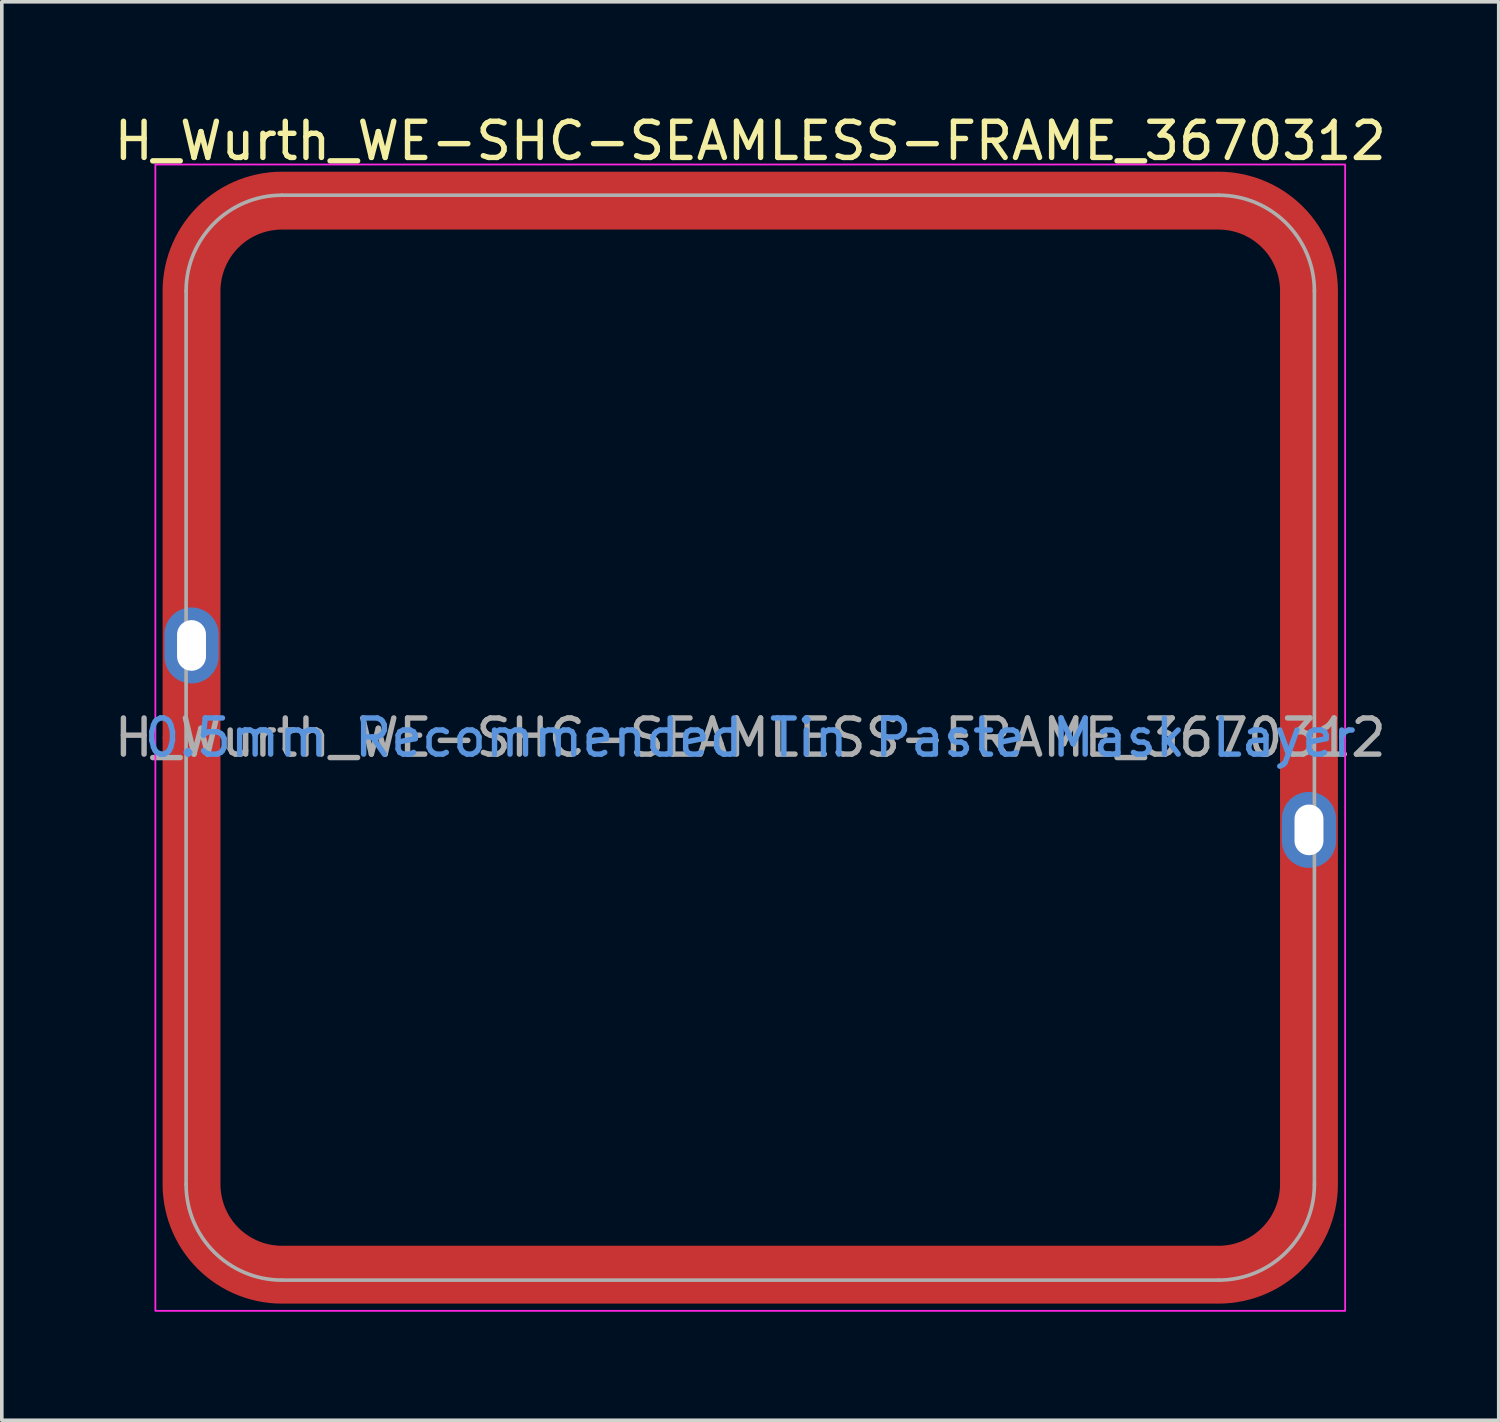
<source format=kicad_pcb>
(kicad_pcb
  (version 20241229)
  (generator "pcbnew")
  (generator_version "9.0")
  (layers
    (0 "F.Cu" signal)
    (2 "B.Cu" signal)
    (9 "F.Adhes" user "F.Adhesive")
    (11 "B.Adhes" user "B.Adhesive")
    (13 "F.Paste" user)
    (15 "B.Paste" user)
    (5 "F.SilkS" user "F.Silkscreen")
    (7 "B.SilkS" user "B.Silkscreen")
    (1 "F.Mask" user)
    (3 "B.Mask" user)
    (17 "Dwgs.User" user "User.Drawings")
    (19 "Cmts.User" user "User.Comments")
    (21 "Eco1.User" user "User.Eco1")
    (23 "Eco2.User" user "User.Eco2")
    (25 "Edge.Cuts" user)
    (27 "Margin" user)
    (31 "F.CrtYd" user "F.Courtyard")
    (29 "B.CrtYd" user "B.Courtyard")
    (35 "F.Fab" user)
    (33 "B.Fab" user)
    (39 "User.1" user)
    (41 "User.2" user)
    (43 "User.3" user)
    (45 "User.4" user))
  (footprint "H_Wurth_WE-SHC-SEAMLESS-FRAME_3670312"
    (layer "F.Cu")
    (at 17.696 17.348)
    (property "Reference" "H_Wurth_WE-SHC-SEAMLESS-FRAME_3670312" (at 0 -16.5 0) (unlocked yes) (layer "F.SilkS") (effects (font (size 1 1) (thickness 0.15))))
    (attr smd)
    (fp_poly (pts (xy -14.7 0.004) (xy -16.2 0.004) (xy -16.2 -12.35) (xy -16.196 -12.52) (xy -16.182 -12.69) (xy -16.16 -12.858) (xy -16.129 -13.026) (xy -16.089 -13.191) (xy -16.041 -13.354) (xy -15.984 -13.515) (xy -15.919 -13.672) (xy -15.846 -13.825) (xy -15.765 -13.975) (xy -15.676 -14.12) (xy -15.579 -14.26) (xy -15.476 -14.395) (xy -15.365 -14.525) (xy -15.248 -14.648) (xy -15.125 -14.765) (xy -14.995 -14.876) (xy -14.86 -14.979) (xy -14.72 -15.076) (xy -14.575 -15.165) (xy -14.425 -15.246) (xy -14.272 -15.319) (xy -14.115 -15.384) (xy -13.954 -15.441) (xy -13.791 -15.489) (xy -13.626 -15.529) (xy -13.458 -15.56) (xy -13.29 -15.582) (xy -13.12 -15.596) (xy -12.95 -15.6) (xy 12.95 -15.6) (xy 13.12 -15.596) (xy 13.29 -15.582) (xy 13.458 -15.56) (xy 13.626 -15.529) (xy 13.791 -15.489) (xy 13.954 -15.441) (xy 14.115 -15.384) (xy 14.272 -15.319) (xy 14.425 -15.246) (xy 14.575 -15.165) (xy 14.72 -15.076) (xy 14.86 -14.979) (xy 14.995 -14.876) (xy 15.125 -14.765) (xy 15.248 -14.648) (xy 15.365 -14.525) (xy 15.476 -14.395) (xy 15.579 -14.26) (xy 15.676 -14.12) (xy 15.765 -13.975) (xy 15.846 -13.825) (xy 15.919 -13.672) (xy 15.984 -13.515) (xy 16.041 -13.354) (xy 16.089 -13.191) (xy 16.129 -13.026) (xy 16.16 -12.858) (xy 16.182 -12.69) (xy 16.196 -12.52) (xy 16.2 -12.35) (xy 16.2 0.004) (xy 14.7 0.004) (xy 14.7 -12.35) (xy 14.698 -12.442) (xy 14.69 -12.533) (xy 14.678 -12.624) (xy 14.662 -12.714) (xy 14.64 -12.803) (xy 14.614 -12.891) (xy 14.584 -12.977) (xy 14.549 -13.062) (xy 14.509 -13.144) (xy 14.466 -13.225) (xy 14.418 -13.303) (xy 14.366 -13.379) (xy 14.31 -13.451) (xy 14.251 -13.521) (xy 14.187 -13.587) (xy 14.121 -13.651) (xy 14.051 -13.71) (xy 13.979 -13.766) (xy 13.903 -13.818) (xy 13.825 -13.866) (xy 13.744 -13.909) (xy 13.662 -13.949) (xy 13.577 -13.984) (xy 13.491 -14.014) (xy 13.403 -14.04) (xy 13.314 -14.062) (xy 13.224 -14.078) (xy 13.133 -14.09) (xy 13.042 -14.098) (xy 12.95 -14.1) (xy -12.95 -14.1) (xy -13.042 -14.098) (xy -13.133 -14.09) (xy -13.224 -14.078) (xy -13.314 -14.062) (xy -13.403 -14.04) (xy -13.491 -14.014) (xy -13.577 -13.984) (xy -13.662 -13.949) (xy -13.744 -13.909) (xy -13.825 -13.866) (xy -13.903 -13.818) (xy -13.979 -13.766) (xy -14.051 -13.71) (xy -14.121 -13.651) (xy -14.187 -13.587) (xy -14.251 -13.521) (xy -14.31 -13.451) (xy -14.366 -13.379) (xy -14.418 -13.303) (xy -14.466 -13.225) (xy -14.509 -13.144) (xy -14.549 -13.062) (xy -14.584 -12.977) (xy -14.614 -12.891) (xy -14.64 -12.803) (xy -14.662 -12.714) (xy -14.678 -12.624) (xy -14.69 -12.533) (xy -14.698 -12.442) (xy -14.7 -12.35) (xy -14.7 -0.25)) (stroke (width 0.1) (type solid)) (fill yes) (layer "F.Cu"))
    (fp_poly (pts (xy 14.7 -0.004) (xy 16.2 -0.004) (xy 16.2 12.35) (xy 16.196 12.52) (xy 16.182 12.69) (xy 16.16 12.858) (xy 16.129 13.026) (xy 16.089 13.191) (xy 16.041 13.354) (xy 15.984 13.515) (xy 15.919 13.672) (xy 15.846 13.825) (xy 15.765 13.975) (xy 15.676 14.12) (xy 15.579 14.26) (xy 15.476 14.395) (xy 15.365 14.525) (xy 15.248 14.648) (xy 15.125 14.765) (xy 14.995 14.876) (xy 14.86 14.979) (xy 14.72 15.076) (xy 14.575 15.165) (xy 14.425 15.246) (xy 14.272 15.319) (xy 14.115 15.384) (xy 13.954 15.441) (xy 13.791 15.489) (xy 13.626 15.529) (xy 13.458 15.56) (xy 13.29 15.582) (xy 13.12 15.596) (xy 12.95 15.6) (xy -12.95 15.6) (xy -13.12 15.596) (xy -13.29 15.582) (xy -13.458 15.56) (xy -13.626 15.529) (xy -13.791 15.489) (xy -13.954 15.441) (xy -14.115 15.384) (xy -14.272 15.319) (xy -14.425 15.246) (xy -14.575 15.165) (xy -14.72 15.076) (xy -14.86 14.979) (xy -14.995 14.876) (xy -15.125 14.765) (xy -15.248 14.648) (xy -15.365 14.525) (xy -15.476 14.395) (xy -15.579 14.26) (xy -15.676 14.12) (xy -15.765 13.975) (xy -15.846 13.825) (xy -15.919 13.672) (xy -15.984 13.515) (xy -16.041 13.354) (xy -16.089 13.191) (xy -16.129 13.026) (xy -16.16 12.858) (xy -16.182 12.69) (xy -16.196 12.52) (xy -16.2 12.35) (xy -16.2 -0.004) (xy -14.7 -0.004) (xy -14.7 12.35) (xy -14.698 12.442) (xy -14.69 12.533) (xy -14.678 12.624) (xy -14.662 12.714) (xy -14.64 12.803) (xy -14.614 12.891) (xy -14.584 12.977) (xy -14.549 13.062) (xy -14.509 13.144) (xy -14.466 13.225) (xy -14.418 13.303) (xy -14.366 13.379) (xy -14.31 13.451) (xy -14.251 13.521) (xy -14.187 13.587) (xy -14.121 13.651) (xy -14.051 13.71) (xy -13.979 13.766) (xy -13.903 13.818) (xy -13.825 13.866) (xy -13.744 13.909) (xy -13.662 13.949) (xy -13.577 13.984) (xy -13.491 14.014) (xy -13.403 14.04) (xy -13.314 14.062) (xy -13.224 14.078) (xy -13.133 14.09) (xy -13.042 14.098) (xy -12.95 14.1) (xy 12.95 14.1) (xy 13.042 14.098) (xy 13.133 14.09) (xy 13.224 14.078) (xy 13.314 14.062) (xy 13.403 14.04) (xy 13.491 14.014) (xy 13.577 13.984) (xy 13.662 13.949) (xy 13.744 13.909) (xy 13.825 13.866) (xy 13.903 13.818) (xy 13.979 13.766) (xy 14.051 13.71) (xy 14.121 13.651) (xy 14.187 13.587) (xy 14.251 13.521) (xy 14.31 13.451) (xy 14.366 13.379) (xy 14.418 13.303) (xy 14.466 13.225) (xy 14.509 13.144) (xy 14.549 13.062) (xy 14.584 12.977) (xy 14.614 12.891) (xy 14.64 12.803) (xy 14.662 12.714) (xy 14.678 12.624) (xy 14.69 12.533) (xy 14.698 12.442) (xy 14.7 12.35) (xy 14.7 0.25)) (stroke (width 0.1) (type solid)) (fill yes) (layer "F.Cu"))
    (fp_poly (pts (xy -14.7 0.004) (xy -16.2 0.004) (xy -16.2 -12.35) (xy -16.196 -12.52) (xy -16.182 -12.69) (xy -16.16 -12.858) (xy -16.129 -13.026) (xy -16.089 -13.191) (xy -16.041 -13.354) (xy -15.984 -13.515) (xy -15.919 -13.672) (xy -15.846 -13.825) (xy -15.765 -13.975) (xy -15.676 -14.12) (xy -15.579 -14.26) (xy -15.476 -14.395) (xy -15.365 -14.525) (xy -15.248 -14.648) (xy -15.125 -14.765) (xy -14.995 -14.876) (xy -14.86 -14.979) (xy -14.72 -15.076) (xy -14.575 -15.165) (xy -14.425 -15.246) (xy -14.272 -15.319) (xy -14.115 -15.384) (xy -13.954 -15.441) (xy -13.791 -15.489) (xy -13.626 -15.529) (xy -13.458 -15.56) (xy -13.29 -15.582) (xy -13.12 -15.596) (xy -12.95 -15.6) (xy 12.95 -15.6) (xy 13.12 -15.596) (xy 13.29 -15.582) (xy 13.458 -15.56) (xy 13.626 -15.529) (xy 13.791 -15.489) (xy 13.954 -15.441) (xy 14.115 -15.384) (xy 14.272 -15.319) (xy 14.425 -15.246) (xy 14.575 -15.165) (xy 14.72 -15.076) (xy 14.86 -14.979) (xy 14.995 -14.876) (xy 15.125 -14.765) (xy 15.248 -14.648) (xy 15.365 -14.525) (xy 15.476 -14.395) (xy 15.579 -14.26) (xy 15.676 -14.12) (xy 15.765 -13.975) (xy 15.846 -13.825) (xy 15.919 -13.672) (xy 15.984 -13.515) (xy 16.041 -13.354) (xy 16.089 -13.191) (xy 16.129 -13.026) (xy 16.16 -12.858) (xy 16.182 -12.69) (xy 16.196 -12.52) (xy 16.2 -12.35) (xy 16.2 0.004) (xy 14.7 0.004) (xy 14.7 -12.35) (xy 14.698 -12.442) (xy 14.69 -12.533) (xy 14.678 -12.624) (xy 14.662 -12.714) (xy 14.64 -12.803) (xy 14.614 -12.891) (xy 14.584 -12.977) (xy 14.549 -13.062) (xy 14.509 -13.144) (xy 14.466 -13.225) (xy 14.418 -13.303) (xy 14.366 -13.379) (xy 14.31 -13.451) (xy 14.251 -13.521) (xy 14.187 -13.587) (xy 14.121 -13.651) (xy 14.051 -13.71) (xy 13.979 -13.766) (xy 13.903 -13.818) (xy 13.825 -13.866) (xy 13.744 -13.909) (xy 13.662 -13.949) (xy 13.577 -13.984) (xy 13.491 -14.014) (xy 13.403 -14.04) (xy 13.314 -14.062) (xy 13.224 -14.078) (xy 13.133 -14.09) (xy 13.042 -14.098) (xy 12.95 -14.1) (xy -12.95 -14.1) (xy -13.042 -14.098) (xy -13.133 -14.09) (xy -13.224 -14.078) (xy -13.314 -14.062) (xy -13.403 -14.04) (xy -13.491 -14.014) (xy -13.577 -13.984) (xy -13.662 -13.949) (xy -13.744 -13.909) (xy -13.825 -13.866) (xy -13.903 -13.818) (xy -13.979 -13.766) (xy -14.051 -13.71) (xy -14.121 -13.651) (xy -14.187 -13.587) (xy -14.251 -13.521) (xy -14.31 -13.451) (xy -14.366 -13.379) (xy -14.418 -13.303) (xy -14.466 -13.225) (xy -14.509 -13.144) (xy -14.549 -13.062) (xy -14.584 -12.977) (xy -14.614 -12.891) (xy -14.64 -12.803) (xy -14.662 -12.714) (xy -14.678 -12.624) (xy -14.69 -12.533) (xy -14.698 -12.442) (xy -14.7 -12.35) (xy -14.7 -0.25)) (stroke (width 0.1) (type solid)) (fill yes) (layer "F.Mask"))
    (fp_poly (pts (xy 14.7 -0.004) (xy 16.2 -0.004) (xy 16.2 12.35) (xy 16.196 12.52) (xy 16.182 12.69) (xy 16.16 12.858) (xy 16.129 13.026) (xy 16.089 13.191) (xy 16.041 13.354) (xy 15.984 13.515) (xy 15.919 13.672) (xy 15.846 13.825) (xy 15.765 13.975) (xy 15.676 14.12) (xy 15.579 14.26) (xy 15.476 14.395) (xy 15.365 14.525) (xy 15.248 14.648) (xy 15.125 14.765) (xy 14.995 14.876) (xy 14.86 14.979) (xy 14.72 15.076) (xy 14.575 15.165) (xy 14.425 15.246) (xy 14.272 15.319) (xy 14.115 15.384) (xy 13.954 15.441) (xy 13.791 15.489) (xy 13.626 15.529) (xy 13.458 15.56) (xy 13.29 15.582) (xy 13.12 15.596) (xy 12.95 15.6) (xy -12.95 15.6) (xy -13.12 15.596) (xy -13.29 15.582) (xy -13.458 15.56) (xy -13.626 15.529) (xy -13.791 15.489) (xy -13.954 15.441) (xy -14.115 15.384) (xy -14.272 15.319) (xy -14.425 15.246) (xy -14.575 15.165) (xy -14.72 15.076) (xy -14.86 14.979) (xy -14.995 14.876) (xy -15.125 14.765) (xy -15.248 14.648) (xy -15.365 14.525) (xy -15.476 14.395) (xy -15.579 14.26) (xy -15.676 14.12) (xy -15.765 13.975) (xy -15.846 13.825) (xy -15.919 13.672) (xy -15.984 13.515) (xy -16.041 13.354) (xy -16.089 13.191) (xy -16.129 13.026) (xy -16.16 12.858) (xy -16.182 12.69) (xy -16.196 12.52) (xy -16.2 12.35) (xy -16.2 -0.004) (xy -14.7 -0.004) (xy -14.7 12.35) (xy -14.698 12.442) (xy -14.69 12.533) (xy -14.678 12.624) (xy -14.662 12.714) (xy -14.64 12.803) (xy -14.614 12.891) (xy -14.584 12.977) (xy -14.549 13.062) (xy -14.509 13.144) (xy -14.466 13.225) (xy -14.418 13.303) (xy -14.366 13.379) (xy -14.31 13.451) (xy -14.251 13.521) (xy -14.187 13.587) (xy -14.121 13.651) (xy -14.051 13.71) (xy -13.979 13.766) (xy -13.903 13.818) (xy -13.825 13.866) (xy -13.744 13.909) (xy -13.662 13.949) (xy -13.577 13.984) (xy -13.491 14.014) (xy -13.403 14.04) (xy -13.314 14.062) (xy -13.224 14.078) (xy -13.133 14.09) (xy -13.042 14.098) (xy -12.95 14.1) (xy 12.95 14.1) (xy 13.042 14.098) (xy 13.133 14.09) (xy 13.224 14.078) (xy 13.314 14.062) (xy 13.403 14.04) (xy 13.491 14.014) (xy 13.577 13.984) (xy 13.662 13.949) (xy 13.744 13.909) (xy 13.825 13.866) (xy 13.903 13.818) (xy 13.979 13.766) (xy 14.051 13.71) (xy 14.121 13.651) (xy 14.187 13.587) (xy 14.251 13.521) (xy 14.31 13.451) (xy 14.366 13.379) (xy 14.418 13.303) (xy 14.466 13.225) (xy 14.509 13.144) (xy 14.549 13.062) (xy 14.584 12.977) (xy 14.614 12.891) (xy 14.64 12.803) (xy 14.662 12.714) (xy 14.678 12.624) (xy 14.69 12.533) (xy 14.698 12.442) (xy 14.7 12.35) (xy 14.7 0.25)) (stroke (width 0.1) (type solid)) (fill yes) (layer "F.Mask"))
    (fp_poly (pts (xy -14.7 0.004) (xy -16.2 0.004) (xy -16.2 -12.35) (xy -16.196 -12.52) (xy -16.182 -12.69) (xy -16.16 -12.858) (xy -16.129 -13.026) (xy -16.089 -13.191) (xy -16.041 -13.354) (xy -15.984 -13.515) (xy -15.919 -13.672) (xy -15.846 -13.825) (xy -15.765 -13.975) (xy -15.676 -14.12) (xy -15.579 -14.26) (xy -15.476 -14.395) (xy -15.365 -14.525) (xy -15.248 -14.648) (xy -15.125 -14.765) (xy -14.995 -14.876) (xy -14.86 -14.979) (xy -14.72 -15.076) (xy -14.575 -15.165) (xy -14.425 -15.246) (xy -14.272 -15.319) (xy -14.115 -15.384) (xy -13.954 -15.441) (xy -13.791 -15.489) (xy -13.626 -15.529) (xy -13.458 -15.56) (xy -13.29 -15.582) (xy -13.12 -15.596) (xy -12.95 -15.6) (xy 12.95 -15.6) (xy 13.12 -15.596) (xy 13.29 -15.582) (xy 13.458 -15.56) (xy 13.626 -15.529) (xy 13.791 -15.489) (xy 13.954 -15.441) (xy 14.115 -15.384) (xy 14.272 -15.319) (xy 14.425 -15.246) (xy 14.575 -15.165) (xy 14.72 -15.076) (xy 14.86 -14.979) (xy 14.995 -14.876) (xy 15.125 -14.765) (xy 15.248 -14.648) (xy 15.365 -14.525) (xy 15.476 -14.395) (xy 15.579 -14.26) (xy 15.676 -14.12) (xy 15.765 -13.975) (xy 15.846 -13.825) (xy 15.919 -13.672) (xy 15.984 -13.515) (xy 16.041 -13.354) (xy 16.089 -13.191) (xy 16.129 -13.026) (xy 16.16 -12.858) (xy 16.182 -12.69) (xy 16.196 -12.52) (xy 16.2 -12.35) (xy 16.2 0.004) (xy 14.7 0.004) (xy 14.7 -12.35) (xy 14.698 -12.442) (xy 14.69 -12.533) (xy 14.678 -12.624) (xy 14.662 -12.714) (xy 14.64 -12.803) (xy 14.614 -12.891) (xy 14.584 -12.977) (xy 14.549 -13.062) (xy 14.509 -13.144) (xy 14.466 -13.225) (xy 14.418 -13.303) (xy 14.366 -13.379) (xy 14.31 -13.451) (xy 14.251 -13.521) (xy 14.187 -13.587) (xy 14.121 -13.651) (xy 14.051 -13.71) (xy 13.979 -13.766) (xy 13.903 -13.818) (xy 13.825 -13.866) (xy 13.744 -13.909) (xy 13.662 -13.949) (xy 13.577 -13.984) (xy 13.491 -14.014) (xy 13.403 -14.04) (xy 13.314 -14.062) (xy 13.224 -14.078) (xy 13.133 -14.09) (xy 13.042 -14.098) (xy 12.95 -14.1) (xy -12.95 -14.1) (xy -13.042 -14.098) (xy -13.133 -14.09) (xy -13.224 -14.078) (xy -13.314 -14.062) (xy -13.403 -14.04) (xy -13.491 -14.014) (xy -13.577 -13.984) (xy -13.662 -13.949) (xy -13.744 -13.909) (xy -13.825 -13.866) (xy -13.903 -13.818) (xy -13.979 -13.766) (xy -14.051 -13.71) (xy -14.121 -13.651) (xy -14.187 -13.587) (xy -14.251 -13.521) (xy -14.31 -13.451) (xy -14.366 -13.379) (xy -14.418 -13.303) (xy -14.466 -13.225) (xy -14.509 -13.144) (xy -14.549 -13.062) (xy -14.584 -12.977) (xy -14.614 -12.891) (xy -14.64 -12.803) (xy -14.662 -12.714) (xy -14.678 -12.624) (xy -14.69 -12.533) (xy -14.698 -12.442) (xy -14.7 -12.35) (xy -14.7 -0.25)) (stroke (width 0.1) (type solid)) (fill yes) (layer "F.Paste"))
    (fp_poly (pts (xy 14.7 -0.004) (xy 16.2 -0.004) (xy 16.2 12.35) (xy 16.196 12.52) (xy 16.182 12.69) (xy 16.16 12.858) (xy 16.129 13.026) (xy 16.089 13.191) (xy 16.041 13.354) (xy 15.984 13.515) (xy 15.919 13.672) (xy 15.846 13.825) (xy 15.765 13.975) (xy 15.676 14.12) (xy 15.579 14.26) (xy 15.476 14.395) (xy 15.365 14.525) (xy 15.248 14.648) (xy 15.125 14.765) (xy 14.995 14.876) (xy 14.86 14.979) (xy 14.72 15.076) (xy 14.575 15.165) (xy 14.425 15.246) (xy 14.272 15.319) (xy 14.115 15.384) (xy 13.954 15.441) (xy 13.791 15.489) (xy 13.626 15.529) (xy 13.458 15.56) (xy 13.29 15.582) (xy 13.12 15.596) (xy 12.95 15.6) (xy -12.95 15.6) (xy -13.12 15.596) (xy -13.29 15.582) (xy -13.458 15.56) (xy -13.626 15.529) (xy -13.791 15.489) (xy -13.954 15.441) (xy -14.115 15.384) (xy -14.272 15.319) (xy -14.425 15.246) (xy -14.575 15.165) (xy -14.72 15.076) (xy -14.86 14.979) (xy -14.995 14.876) (xy -15.125 14.765) (xy -15.248 14.648) (xy -15.365 14.525) (xy -15.476 14.395) (xy -15.579 14.26) (xy -15.676 14.12) (xy -15.765 13.975) (xy -15.846 13.825) (xy -15.919 13.672) (xy -15.984 13.515) (xy -16.041 13.354) (xy -16.089 13.191) (xy -16.129 13.026) (xy -16.16 12.858) (xy -16.182 12.69) (xy -16.196 12.52) (xy -16.2 12.35) (xy -16.2 -0.004) (xy -14.7 -0.004) (xy -14.7 12.35) (xy -14.698 12.442) (xy -14.69 12.533) (xy -14.678 12.624) (xy -14.662 12.714) (xy -14.64 12.803) (xy -14.614 12.891) (xy -14.584 12.977) (xy -14.549 13.062) (xy -14.509 13.144) (xy -14.466 13.225) (xy -14.418 13.303) (xy -14.366 13.379) (xy -14.31 13.451) (xy -14.251 13.521) (xy -14.187 13.587) (xy -14.121 13.651) (xy -14.051 13.71) (xy -13.979 13.766) (xy -13.903 13.818) (xy -13.825 13.866) (xy -13.744 13.909) (xy -13.662 13.949) (xy -13.577 13.984) (xy -13.491 14.014) (xy -13.403 14.04) (xy -13.314 14.062) (xy -13.224 14.078) (xy -13.133 14.09) (xy -13.042 14.098) (xy -12.95 14.1) (xy 12.95 14.1) (xy 13.042 14.098) (xy 13.133 14.09) (xy 13.224 14.078) (xy 13.314 14.062) (xy 13.403 14.04) (xy 13.491 14.014) (xy 13.577 13.984) (xy 13.662 13.949) (xy 13.744 13.909) (xy 13.825 13.866) (xy 13.903 13.818) (xy 13.979 13.766) (xy 14.051 13.71) (xy 14.121 13.651) (xy 14.187 13.587) (xy 14.251 13.521) (xy 14.31 13.451) (xy 14.366 13.379) (xy 14.418 13.303) (xy 14.466 13.225) (xy 14.509 13.144) (xy 14.549 13.062) (xy 14.584 12.977) (xy 14.614 12.891) (xy 14.64 12.803) (xy 14.662 12.714) (xy 14.678 12.624) (xy 14.69 12.533) (xy 14.698 12.442) (xy 14.7 12.35) (xy 14.7 0.25)) (stroke (width 0.1) (type solid)) (fill yes) (layer "F.Paste"))
    (fp_rect (start -16.45 -15.85) (end 16.45 15.85) (stroke (width 0.05) (type solid)) (fill no) (layer "F.CrtYd"))
    (fp_line (start -15.6 12.35) (end -15.6 -12.35) (stroke (width 0.1) (type solid)) (layer "F.Fab"))
    (fp_line (start -12.95 -15) (end 12.95 -15) (stroke (width 0.1) (type solid)) (layer "F.Fab"))
    (fp_line (start -12.95 15) (end 12.95 15) (stroke (width 0.1) (type solid)) (layer "F.Fab"))
    (fp_line (start 15.6 12.35) (end 15.6 -12.35) (stroke (width 0.1) (type solid)) (layer "F.Fab"))
    (fp_arc (start -15.6 -12.35) (mid -14.823834 -14.223833) (end -12.950001 -15) (stroke (width 0.1) (type default)) (layer "F.Fab"))
    (fp_arc (start -12.95 15) (mid -14.823833 14.223834) (end -15.6 12.350001) (stroke (width 0.1) (type default)) (layer "F.Fab"))
    (fp_arc (start 12.95 -15) (mid 14.823833 -14.223834) (end 15.6 -12.350001) (stroke (width 0.1) (type default)) (layer "F.Fab"))
    (fp_arc (start 15.6 12.35) (mid 14.823834 14.223833) (end 12.950001 15) (stroke (width 0.1) (type default)) (layer "F.Fab"))
    (fp_text user "0.5mm Recommended Tin Paste Mask Layer" (at 0 0 0) (unlocked yes) (layer "Cmts.User") (effects (font (size 1 1) (thickness 0.15))))
    (fp_text user "${REFERENCE}" (at 0 0 0) (unlocked yes) (layer "F.Fab") (effects (font (size 1 1) (thickness 0.15))))
    (pad "1" thru_hole oval (at -15.45 -2.55) (size 1.5 2.1) (drill oval 0.8 1.4) (layers "*.Cu" "*.Mask"))
    (pad "1" thru_hole oval (at 15.45 2.55) (size 1.5 2.1) (drill oval 0.8 1.4) (layers "*.Cu" "*.Mask")))
  (gr_rect
    (start -3 -3)
    (end 38.393 36.223)
    (stroke (width 0.1) (type default))
    (fill no)
    (layer "Edge.Cuts")))
</source>
